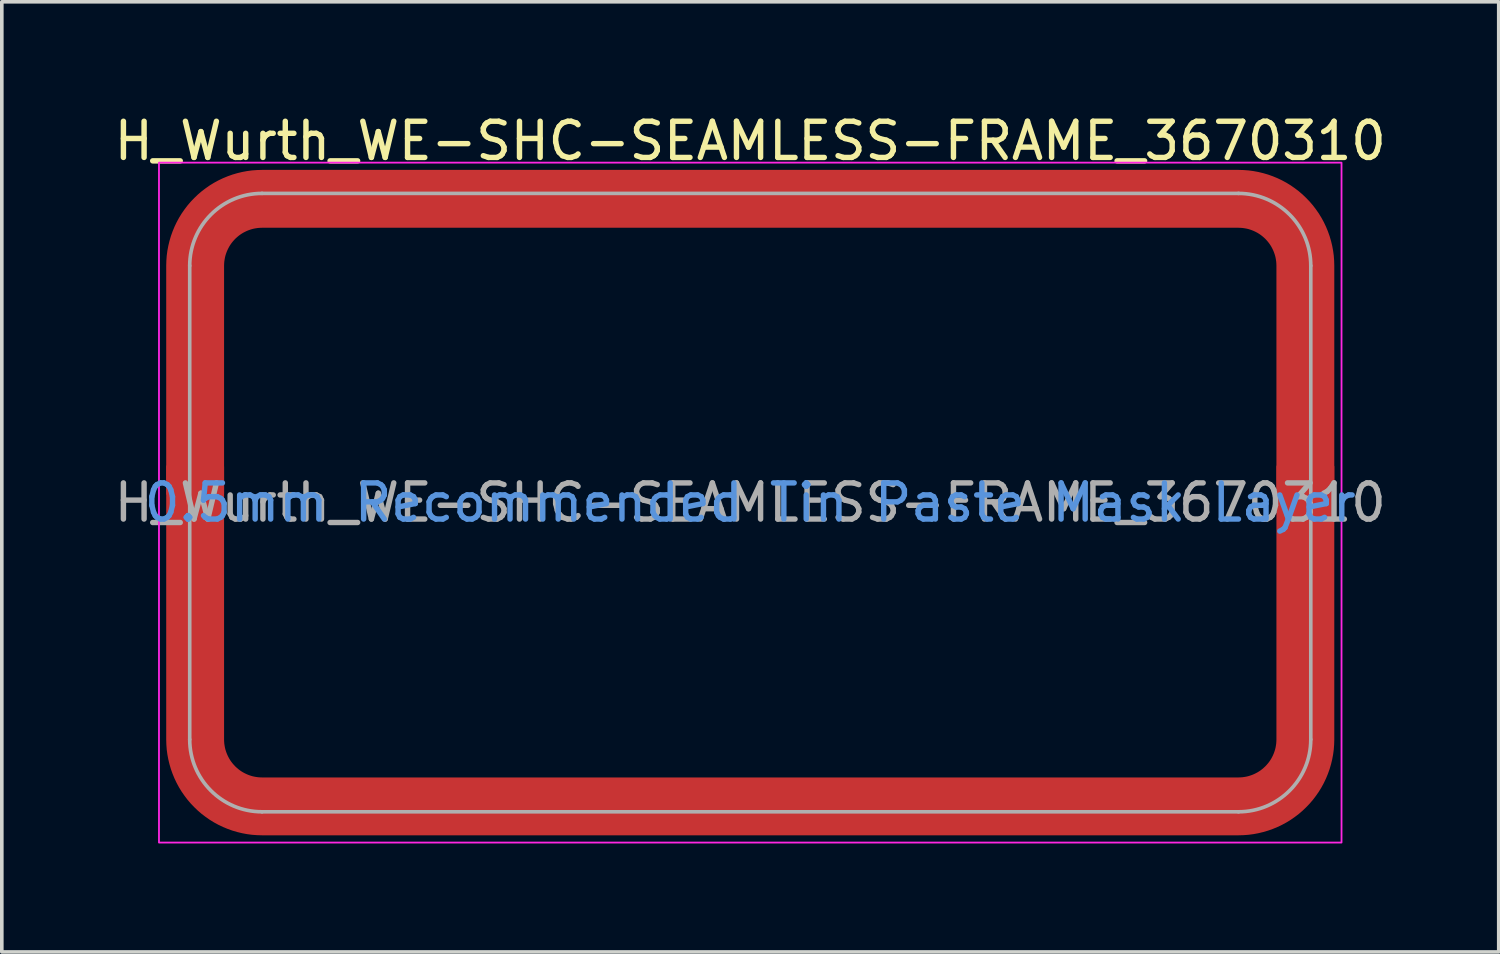
<source format=kicad_pcb>
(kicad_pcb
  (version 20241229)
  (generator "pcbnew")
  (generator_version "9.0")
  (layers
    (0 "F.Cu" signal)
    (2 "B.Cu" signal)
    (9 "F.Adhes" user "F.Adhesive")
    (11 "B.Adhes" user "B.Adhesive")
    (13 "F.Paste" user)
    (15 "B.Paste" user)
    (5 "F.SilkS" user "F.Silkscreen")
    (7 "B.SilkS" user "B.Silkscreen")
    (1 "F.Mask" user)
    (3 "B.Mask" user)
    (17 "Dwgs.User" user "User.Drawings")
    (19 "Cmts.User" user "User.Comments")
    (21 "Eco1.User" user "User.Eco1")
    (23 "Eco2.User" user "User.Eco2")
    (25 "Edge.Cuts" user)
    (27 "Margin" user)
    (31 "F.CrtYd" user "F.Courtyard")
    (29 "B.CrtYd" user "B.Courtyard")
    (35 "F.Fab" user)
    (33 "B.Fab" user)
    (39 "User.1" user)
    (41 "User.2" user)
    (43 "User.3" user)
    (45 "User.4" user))
  (footprint "H_Wurth_WE-SHC-SEAMLESS-FRAME_3670310"
    (layer "F.Cu")
    (at 17.696 10.848)
    (property "Reference" "H_Wurth_WE-SHC-SEAMLESS-FRAME_3670310" (at 0 -10 0) (unlocked yes) (layer "F.SilkS") (effects (font (size 1 1) (thickness 0.15))))
    (attr smd)
    (fp_poly (pts (xy -14.6 -0.25) (xy -16.1 -0.25) (xy -16.1 -6.55) (xy -16.096 -6.686) (xy -16.086 -6.822) (xy -16.068 -6.957) (xy -16.043 -7.091) (xy -16.011 -7.223) (xy -15.973 -7.353) (xy -15.927 -7.482) (xy -15.875 -7.608) (xy -15.817 -7.73) (xy -15.752 -7.85) (xy -15.681 -7.966) (xy -15.603 -8.078) (xy -15.521 -8.186) (xy -15.432 -8.29) (xy -15.338 -8.388) (xy -15.24 -8.482) (xy -15.136 -8.571) (xy -15.028 -8.653) (xy -14.916 -8.731) (xy -14.8 -8.802) (xy -14.68 -8.867) (xy -14.558 -8.925) (xy -14.432 -8.977) (xy -14.303 -9.023) (xy -14.173 -9.061) (xy -14.041 -9.093) (xy -13.907 -9.118) (xy -13.772 -9.136) (xy -13.636 -9.146) (xy -13.5 -9.15) (xy 13.5 -9.15) (xy 13.636 -9.146) (xy 13.772 -9.136) (xy 13.907 -9.118) (xy 14.041 -9.093) (xy 14.173 -9.061) (xy 14.303 -9.023) (xy 14.432 -8.977) (xy 14.558 -8.925) (xy 14.68 -8.867) (xy 14.8 -8.802) (xy 14.916 -8.731) (xy 15.028 -8.653) (xy 15.136 -8.571) (xy 15.24 -8.482) (xy 15.338 -8.388) (xy 15.432 -8.29) (xy 15.521 -8.186) (xy 15.603 -8.078) (xy 15.681 -7.966) (xy 15.752 -7.85) (xy 15.817 -7.73) (xy 15.875 -7.608) (xy 15.927 -7.482) (xy 15.973 -7.353) (xy 16.011 -7.223) (xy 16.043 -7.091) (xy 16.068 -6.957) (xy 16.086 -6.822) (xy 16.096 -6.686) (xy 16.1 -6.55) (xy 16.1 -0.25) (xy 14.6 -0.25) (xy 14.6 -6.55) (xy 14.598 -6.608) (xy 14.594 -6.665) (xy 14.586 -6.722) (xy 14.576 -6.779) (xy 14.563 -6.835) (xy 14.546 -6.89) (xy 14.527 -6.944) (xy 14.505 -6.997) (xy 14.48 -7.049) (xy 14.453 -7.1) (xy 14.423 -7.149) (xy 14.39 -7.197) (xy 14.355 -7.242) (xy 14.317 -7.286) (xy 14.278 -7.328) (xy 14.236 -7.367) (xy 14.192 -7.405) (xy 14.147 -7.44) (xy 14.099 -7.473) (xy 14.05 -7.503) (xy 13.999 -7.53) (xy 13.947 -7.555) (xy 13.894 -7.577) (xy 13.84 -7.596) (xy 13.785 -7.613) (xy 13.729 -7.626) (xy 13.672 -7.636) (xy 13.615 -7.644) (xy 13.558 -7.648) (xy 13.5 -7.65) (xy -13.5 -7.65) (xy -13.558 -7.648) (xy -13.615 -7.644) (xy -13.672 -7.636) (xy -13.729 -7.626) (xy -13.785 -7.613) (xy -13.84 -7.596) (xy -13.894 -7.577) (xy -13.947 -7.555) (xy -13.999 -7.53) (xy -14.05 -7.503) (xy -14.099 -7.473) (xy -14.147 -7.44) (xy -14.192 -7.405) (xy -14.236 -7.367) (xy -14.278 -7.328) (xy -14.317 -7.286) (xy -14.355 -7.242) (xy -14.39 -7.197) (xy -14.423 -7.149) (xy -14.453 -7.1) (xy -14.48 -7.049) (xy -14.505 -6.997) (xy -14.527 -6.944) (xy -14.546 -6.89) (xy -14.563 -6.835) (xy -14.576 -6.779) (xy -14.586 -6.722) (xy -14.594 -6.665) (xy -14.598 -6.608) (xy -14.6 -6.55) (xy -14.6 -0.25)) (stroke (width 0.1) (type solid)) (fill yes) (layer "F.Cu"))
    (fp_poly (pts (xy -14.6 -0.25) (xy -16.1 -0.25) (xy -16.1 -6.55) (xy -16.096 -6.686) (xy -16.086 -6.822) (xy -16.068 -6.957) (xy -16.043 -7.091) (xy -16.011 -7.223) (xy -15.973 -7.353) (xy -15.927 -7.482) (xy -15.875 -7.608) (xy -15.817 -7.73) (xy -15.752 -7.85) (xy -15.681 -7.966) (xy -15.603 -8.078) (xy -15.521 -8.186) (xy -15.432 -8.29) (xy -15.338 -8.388) (xy -15.24 -8.482) (xy -15.136 -8.571) (xy -15.028 -8.653) (xy -14.916 -8.731) (xy -14.8 -8.802) (xy -14.68 -8.867) (xy -14.558 -8.925) (xy -14.432 -8.977) (xy -14.303 -9.023) (xy -14.173 -9.061) (xy -14.041 -9.093) (xy -13.907 -9.118) (xy -13.772 -9.136) (xy -13.636 -9.146) (xy -13.5 -9.15) (xy 13.5 -9.15) (xy 13.636 -9.146) (xy 13.772 -9.136) (xy 13.907 -9.118) (xy 14.041 -9.093) (xy 14.173 -9.061) (xy 14.303 -9.023) (xy 14.432 -8.977) (xy 14.558 -8.925) (xy 14.68 -8.867) (xy 14.8 -8.802) (xy 14.916 -8.731) (xy 15.028 -8.653) (xy 15.136 -8.571) (xy 15.24 -8.482) (xy 15.338 -8.388) (xy 15.432 -8.29) (xy 15.521 -8.186) (xy 15.603 -8.078) (xy 15.681 -7.966) (xy 15.752 -7.85) (xy 15.817 -7.73) (xy 15.875 -7.608) (xy 15.927 -7.482) (xy 15.973 -7.353) (xy 16.011 -7.223) (xy 16.043 -7.091) (xy 16.068 -6.957) (xy 16.086 -6.822) (xy 16.096 -6.686) (xy 16.1 -6.55) (xy 16.1 -0.25) (xy 14.6 -0.25) (xy 14.6 -6.55) (xy 14.598 -6.608) (xy 14.594 -6.665) (xy 14.586 -6.722) (xy 14.576 -6.779) (xy 14.563 -6.835) (xy 14.546 -6.89) (xy 14.527 -6.944) (xy 14.505 -6.997) (xy 14.48 -7.049) (xy 14.453 -7.1) (xy 14.423 -7.149) (xy 14.39 -7.197) (xy 14.355 -7.242) (xy 14.317 -7.286) (xy 14.278 -7.328) (xy 14.236 -7.367) (xy 14.192 -7.405) (xy 14.147 -7.44) (xy 14.099 -7.473) (xy 14.05 -7.503) (xy 13.999 -7.53) (xy 13.947 -7.555) (xy 13.894 -7.577) (xy 13.84 -7.596) (xy 13.785 -7.613) (xy 13.729 -7.626) (xy 13.672 -7.636) (xy 13.615 -7.644) (xy 13.558 -7.648) (xy 13.5 -7.65) (xy -13.5 -7.65) (xy -13.558 -7.648) (xy -13.615 -7.644) (xy -13.672 -7.636) (xy -13.729 -7.626) (xy -13.785 -7.613) (xy -13.84 -7.596) (xy -13.894 -7.577) (xy -13.947 -7.555) (xy -13.999 -7.53) (xy -14.05 -7.503) (xy -14.099 -7.473) (xy -14.147 -7.44) (xy -14.192 -7.405) (xy -14.236 -7.367) (xy -14.278 -7.328) (xy -14.317 -7.286) (xy -14.355 -7.242) (xy -14.39 -7.197) (xy -14.423 -7.149) (xy -14.453 -7.1) (xy -14.48 -7.049) (xy -14.505 -6.997) (xy -14.527 -6.944) (xy -14.546 -6.89) (xy -14.563 -6.835) (xy -14.576 -6.779) (xy -14.586 -6.722) (xy -14.594 -6.665) (xy -14.598 -6.608) (xy -14.6 -6.55) (xy -14.6 -0.25)) (stroke (width 0.1) (type solid)) (fill yes) (layer "F.Mask"))
    (fp_poly (pts (xy -14.6 -0.25) (xy -16.1 -0.25) (xy -16.1 -6.55) (xy -16.096 -6.686) (xy -16.086 -6.822) (xy -16.068 -6.957) (xy -16.043 -7.091) (xy -16.011 -7.223) (xy -15.973 -7.353) (xy -15.927 -7.482) (xy -15.875 -7.608) (xy -15.817 -7.73) (xy -15.752 -7.85) (xy -15.681 -7.966) (xy -15.603 -8.078) (xy -15.521 -8.186) (xy -15.432 -8.29) (xy -15.338 -8.388) (xy -15.24 -8.482) (xy -15.136 -8.571) (xy -15.028 -8.653) (xy -14.916 -8.731) (xy -14.8 -8.802) (xy -14.68 -8.867) (xy -14.558 -8.925) (xy -14.432 -8.977) (xy -14.303 -9.023) (xy -14.173 -9.061) (xy -14.041 -9.093) (xy -13.907 -9.118) (xy -13.772 -9.136) (xy -13.636 -9.146) (xy -13.5 -9.15) (xy 13.5 -9.15) (xy 13.636 -9.146) (xy 13.772 -9.136) (xy 13.907 -9.118) (xy 14.041 -9.093) (xy 14.173 -9.061) (xy 14.303 -9.023) (xy 14.432 -8.977) (xy 14.558 -8.925) (xy 14.68 -8.867) (xy 14.8 -8.802) (xy 14.916 -8.731) (xy 15.028 -8.653) (xy 15.136 -8.571) (xy 15.24 -8.482) (xy 15.338 -8.388) (xy 15.432 -8.29) (xy 15.521 -8.186) (xy 15.603 -8.078) (xy 15.681 -7.966) (xy 15.752 -7.85) (xy 15.817 -7.73) (xy 15.875 -7.608) (xy 15.927 -7.482) (xy 15.973 -7.353) (xy 16.011 -7.223) (xy 16.043 -7.091) (xy 16.068 -6.957) (xy 16.086 -6.822) (xy 16.096 -6.686) (xy 16.1 -6.55) (xy 16.1 -0.25) (xy 14.6 -0.25) (xy 14.6 -6.55) (xy 14.598 -6.608) (xy 14.594 -6.665) (xy 14.586 -6.722) (xy 14.576 -6.779) (xy 14.563 -6.835) (xy 14.546 -6.89) (xy 14.527 -6.944) (xy 14.505 -6.997) (xy 14.48 -7.049) (xy 14.453 -7.1) (xy 14.423 -7.149) (xy 14.39 -7.197) (xy 14.355 -7.242) (xy 14.317 -7.286) (xy 14.278 -7.328) (xy 14.236 -7.367) (xy 14.192 -7.405) (xy 14.147 -7.44) (xy 14.099 -7.473) (xy 14.05 -7.503) (xy 13.999 -7.53) (xy 13.947 -7.555) (xy 13.894 -7.577) (xy 13.84 -7.596) (xy 13.785 -7.613) (xy 13.729 -7.626) (xy 13.672 -7.636) (xy 13.615 -7.644) (xy 13.558 -7.648) (xy 13.5 -7.65) (xy -13.5 -7.65) (xy -13.558 -7.648) (xy -13.615 -7.644) (xy -13.672 -7.636) (xy -13.729 -7.626) (xy -13.785 -7.613) (xy -13.84 -7.596) (xy -13.894 -7.577) (xy -13.947 -7.555) (xy -13.999 -7.53) (xy -14.05 -7.503) (xy -14.099 -7.473) (xy -14.147 -7.44) (xy -14.192 -7.405) (xy -14.236 -7.367) (xy -14.278 -7.328) (xy -14.317 -7.286) (xy -14.355 -7.242) (xy -14.39 -7.197) (xy -14.423 -7.149) (xy -14.453 -7.1) (xy -14.48 -7.049) (xy -14.505 -6.997) (xy -14.527 -6.944) (xy -14.546 -6.89) (xy -14.563 -6.835) (xy -14.576 -6.779) (xy -14.586 -6.722) (xy -14.594 -6.665) (xy -14.598 -6.608) (xy -14.6 -6.55) (xy -14.6 -0.25)) (stroke (width 0.1) (type solid)) (fill yes) (layer "F.Paste"))
    (fp_rect (start -16.35 -9.4) (end 16.35 9.4) (stroke (width 0.05) (type solid)) (fill no) (layer "F.CrtYd"))
    (fp_line (start -15.5 6.55) (end -15.5 -6.55) (stroke (width 0.1) (type solid)) (layer "F.Fab"))
    (fp_line (start -13.5 -8.55) (end 13.5 -8.55) (stroke (width 0.1) (type solid)) (layer "F.Fab"))
    (fp_line (start -13.5 8.55) (end 13.5 8.55) (stroke (width 0.1) (type solid)) (layer "F.Fab"))
    (fp_line (start 15.5 6.55) (end 15.5 -6.55) (stroke (width 0.1) (type solid)) (layer "F.Fab"))
    (fp_arc (start -15.5 -6.55) (mid -14.914214 -7.964214) (end -13.5 -8.55) (stroke (width 0.1) (type default)) (layer "F.Fab"))
    (fp_arc (start -13.5 8.55) (mid -14.914214 7.964214) (end -15.5 6.55) (stroke (width 0.1) (type default)) (layer "F.Fab"))
    (fp_arc (start 13.5 -8.55) (mid 14.914214 -7.964214) (end 15.5 -6.55) (stroke (width 0.1) (type default)) (layer "F.Fab"))
    (fp_arc (start 15.5 6.55) (mid 14.914214 7.964214) (end 13.5 8.55) (stroke (width 0.1) (type default)) (layer "F.Fab"))
    (fp_text user "0.5mm Recommended Tin Paste Mask Layer" (at 0 0 0) (unlocked yes) (layer "Cmts.User") (effects (font (size 1 1) (thickness 0.15))))
    (fp_text user "${REFERENCE}" (at 0 0 0) (unlocked yes) (layer "F.Fab") (effects (font (size 1 1) (thickness 0.15))))
    (pad "1" smd custom (at 15.35 0) (size 1.5 13.8) (layers "F.Cu" "F.Mask" "F.Paste") (options (anchor rect)) (primitives (gr_poly (pts (xy -0.75 -1) (xy 0.75 -1) (xy 0.75 6.55) (xy 0.746 6.686) (xy 0.736 6.822) (xy 0.718 6.957) (xy 0.693 7.091) (xy 0.661 7.223) (xy 0.623 7.353) (xy 0.577 7.482) (xy 0.525 7.608) (xy 0.467 7.73) (xy 0.402 7.85) (xy 0.331 7.966) (xy 0.253 8.078) (xy 0.171 8.186) (xy 0.082 8.29) (xy -0.012 8.388) (xy -0.11 8.482) (xy -0.214 8.571) (xy -0.322 8.653) (xy -0.434 8.731) (xy -0.55 8.802) (xy -0.67 8.867) (xy -0.792 8.925) (xy -0.918 8.977) (xy -1.047 9.023) (xy -1.177 9.061) (xy -1.309 9.093) (xy -1.443 9.118) (xy -1.578 9.136) (xy -1.714 9.146) (xy -1.85 9.15) (xy -28.85 9.15) (xy -28.986 9.146) (xy -29.122 9.136) (xy -29.257 9.118) (xy -29.391 9.093) (xy -29.523 9.061) (xy -29.653 9.023) (xy -29.782 8.977) (xy -29.908 8.925) (xy -30.03 8.867) (xy -30.15 8.802) (xy -30.266 8.731) (xy -30.378 8.653) (xy -30.486 8.571) (xy -30.59 8.482) (xy -30.688 8.388) (xy -30.782 8.29) (xy -30.871 8.186) (xy -30.953 8.078) (xy -31.031 7.966) (xy -31.102 7.85) (xy -31.167 7.73) (xy -31.225 7.608) (xy -31.277 7.482) (xy -31.323 7.353) (xy -31.361 7.223) (xy -31.393 7.091) (xy -31.418 6.957) (xy -31.436 6.822) (xy -31.446 6.686) (xy -31.45 6.55) (xy -31.45 -1) (xy -29.95 -1) (xy -29.95 6.55) (xy -29.948 6.608) (xy -29.944 6.665) (xy -29.936 6.722) (xy -29.926 6.779) (xy -29.913 6.835) (xy -29.896 6.89) (xy -29.877 6.944) (xy -29.855 6.997) (xy -29.83 7.049) (xy -29.803 7.1) (xy -29.773 7.149) (xy -29.74 7.197) (xy -29.705 7.242) (xy -29.667 7.286) (xy -29.628 7.328) (xy -29.586 7.367) (xy -29.542 7.405) (xy -29.497 7.44) (xy -29.449 7.473) (xy -29.4 7.503) (xy -29.349 7.53) (xy -29.297 7.555) (xy -29.244 7.577) (xy -29.19 7.596) (xy -29.135 7.613) (xy -29.079 7.626) (xy -29.022 7.636) (xy -28.965 7.644) (xy -28.908 7.648) (xy -28.85 7.65) (xy -1.85 7.65) (xy -1.792 7.648) (xy -1.735 7.644) (xy -1.678 7.636) (xy -1.621 7.626) (xy -1.565 7.613) (xy -1.51 7.596) (xy -1.456 7.577) (xy -1.403 7.555) (xy -1.351 7.53) (xy -1.3 7.503) (xy -1.251 7.473) (xy -1.203 7.44) (xy -1.158 7.405) (xy -1.114 7.367) (xy -1.072 7.328) (xy -1.033 7.286) (xy -0.995 7.242) (xy -0.96 7.197) (xy -0.927 7.149) (xy -0.897 7.1) (xy -0.87 7.049) (xy -0.845 6.997) (xy -0.823 6.944) (xy -0.804 6.89) (xy -0.787 6.835) (xy -0.774 6.779) (xy -0.764 6.722) (xy -0.756 6.665) (xy -0.752 6.608) (xy -0.75 6.55) (xy -0.75 -1)) (width 0.1) (fill yes)))))
  (gr_rect
    (start -3 -3)
    (end 38.393 23.273)
    (stroke (width 0.1) (type default))
    (fill no)
    (layer "Edge.Cuts")))
</source>
